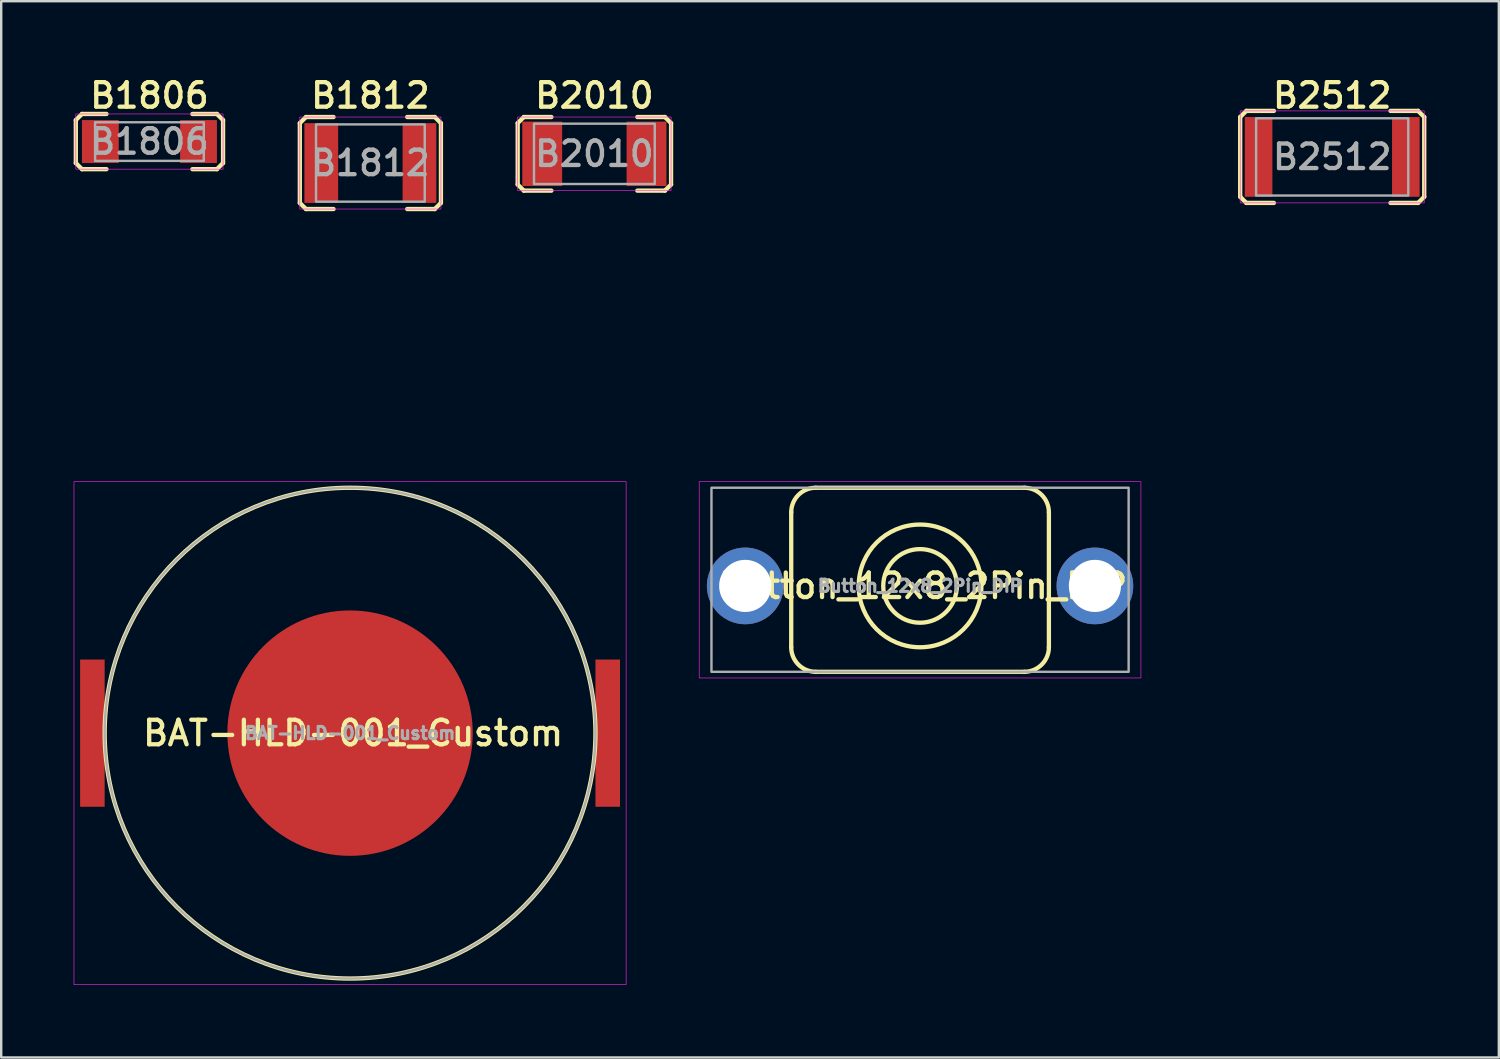
<source format=kicad_pcb>
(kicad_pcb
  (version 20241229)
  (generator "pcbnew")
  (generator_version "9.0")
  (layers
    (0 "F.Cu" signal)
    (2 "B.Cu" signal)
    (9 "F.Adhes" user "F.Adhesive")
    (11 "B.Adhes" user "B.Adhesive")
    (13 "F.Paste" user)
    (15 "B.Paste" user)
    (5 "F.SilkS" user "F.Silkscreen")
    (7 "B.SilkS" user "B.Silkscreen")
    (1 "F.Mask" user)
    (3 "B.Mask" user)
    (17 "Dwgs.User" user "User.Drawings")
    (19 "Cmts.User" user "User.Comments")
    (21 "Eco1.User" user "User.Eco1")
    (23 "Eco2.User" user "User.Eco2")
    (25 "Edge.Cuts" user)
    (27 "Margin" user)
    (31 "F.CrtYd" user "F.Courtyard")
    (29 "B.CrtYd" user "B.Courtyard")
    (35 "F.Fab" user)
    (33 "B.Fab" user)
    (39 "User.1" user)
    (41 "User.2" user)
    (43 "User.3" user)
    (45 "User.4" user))
  (footprint "B2010"
    (layer "F.Cu")
    (at 21.558 3.319)
    (property "Reference" "B2010" (at 0 -2.413 0) (unlocked yes) (layer "F.SilkS") (effects (font (size 1.016 1.016) (thickness 0.178))))
    (attr smd)
    (fp_line (start -3.175 -1.27) (end -2.921 -1.524) (stroke (width 0.178) (type solid)) (layer "F.SilkS"))
    (fp_line (start -3.175 1.27) (end -3.175 -1.27) (stroke (width 0.178) (type solid)) (layer "F.SilkS"))
    (fp_line (start -2.921 -1.524) (end -1.778 -1.524) (stroke (width 0.178) (type solid)) (layer "F.SilkS"))
    (fp_line (start -2.921 1.524) (end -3.175 1.27) (stroke (width 0.178) (type solid)) (layer "F.SilkS"))
    (fp_line (start -2.921 1.524) (end -1.778 1.524) (stroke (width 0.178) (type solid)) (layer "F.SilkS"))
    (fp_line (start 1.778 -1.524) (end 2.921 -1.524) (stroke (width 0.178) (type solid)) (layer "F.SilkS"))
    (fp_line (start 1.778 1.524) (end 2.921 1.524) (stroke (width 0.178) (type solid)) (layer "F.SilkS"))
    (fp_line (start 2.921 -1.524) (end 3.175 -1.27) (stroke (width 0.178) (type solid)) (layer "F.SilkS"))
    (fp_line (start 2.921 1.524) (end 3.175 1.27) (stroke (width 0.178) (type solid)) (layer "F.SilkS"))
    (fp_line (start 3.175 1.27) (end 3.175 -1.27) (stroke (width 0.178) (type solid)) (layer "F.SilkS"))
    (fp_rect (start -3.175 -1.524) (end 3.175 1.524) (stroke (width 0.025) (type solid)) (fill no) (layer "F.CrtYd"))
    (fp_rect (start -2.5 -1.25) (end 2.5 1.25) (stroke (width 0.1) (type solid)) (fill no) (layer "F.Fab"))
    (fp_text user "${REFERENCE}" (at 0 0 0) (unlocked yes) (layer "F.Fab") (effects (font (size 1.016 1.016) (thickness 0.178))))
    (fp_text user "Footprint: 2010 (5025 Metric)" (at 0 5.588 0) (unlocked yes) (layer "User.1") (effects (font (size 1.016 1.016) (thickness 0.178) (italic yes)) (justify left)))
    (fp_text user "Dimension: 5.0x2.5mm" (at 0 7.62 0) (unlocked yes) (layer "User.1") (effects (font (size 1.016 1.016) (thickness 0.178) (italic yes)) (justify left)))
    (fp_text user "Auth: Thanh Duong" (at 0 9.652 0) (unlocked yes) (layer "User.1") (effects (font (size 1.016 1.016) (thickness 0.178) (italic yes)) (justify left)))
    (pad "1" smd rect (at -2.159 0) (size 1.651 2.667) (layers "F.Cu" "F.Mask" "F.Paste"))
    (pad "2" smd rect (at 2.159 0) (size 1.651 2.667) (layers "F.Cu" "F.Mask" "F.Paste")))
  (footprint "BAT-HLD-001_Custom"
    (layer "F.Cu")
    (at 11.443 27.304)
    (property "Reference" "BAT-HLD-001_Custom" (at 0.127 0 0) (layer "F.SilkS") (effects (font (size 1.016 1.016) (thickness 0.178))))
    (attr smd)
    (fp_circle (center 0 0) (end 10.16 0) (stroke (width 0.178) (type solid)) (fill no) (layer "F.SilkS"))
    (fp_rect (start -11.43 -10.414) (end 11.43 10.414) (stroke (width 0.025) (type solid)) (fill no) (layer "F.CrtYd"))
    (fp_circle (center 0 0) (end 10.16 0) (stroke (width 0.1) (type solid)) (fill no) (layer "F.Fab"))
    (fp_text user "${REFERENCE}" (at 0 0 0) (layer "F.Fab") (effects (font (size 0.508 0.508) (thickness 0.127))))
    (pad "1" smd rect (at -10.668 0) (size 1.016 6.096) (layers "F.Cu" "F.Mask" "F.Paste"))
    (pad "1" smd rect (at 10.668 0) (size 1.016 6.096) (layers "F.Cu" "F.Mask" "F.Paste"))
    (pad "2" smd circle (at 0 0) (size 10.16 10.16) (layers "F.Cu" "F.Mask" "F.Paste")))
  (footprint "Button_12x8_2Pin_DIP"
    (layer "F.Cu")
    (at 35.042 21.208)
    (property "Reference" "Button_12x8_2Pin_DIP" (at 0.127 0 0) (layer "F.SilkS") (effects (font (size 1.016 1.016) (thickness 0.178))))
    (attr smd)
    (fp_line (start -5.334 2.54) (end -5.334 -3.048) (stroke (width 0.178) (type solid)) (layer "F.SilkS"))
    (fp_line (start -4.318 -4.064) (end 4.318 -4.064) (stroke (width 0.178) (type solid)) (layer "F.SilkS"))
    (fp_line (start 4.318 3.556) (end -4.318 3.556) (stroke (width 0.178) (type solid)) (layer "F.SilkS"))
    (fp_line (start 5.334 -3.048) (end 5.334 2.54) (stroke (width 0.178) (type solid)) (layer "F.SilkS"))
    (fp_arc (start -5.334001 -3.048001) (mid -5.036421 -3.766421) (end -4.318 -4.064) (stroke (width 0.1778) (type solid)) (layer "F.SilkS"))
    (fp_arc (start -4.318 3.556) (mid -5.03642 3.258421) (end -5.333999 2.540001) (stroke (width 0.1778) (type solid)) (layer "F.SilkS"))
    (fp_arc (start 4.318001 -4.064001) (mid 5.036421 -3.766421) (end 5.334 -3.048) (stroke (width 0.1778) (type solid)) (layer "F.SilkS"))
    (fp_arc (start 5.334 2.54) (mid 5.036421 3.25842) (end 4.318001 3.555999) (stroke (width 0.1778) (type solid)) (layer "F.SilkS"))
    (fp_circle (center 0 0) (end 1.524 0) (stroke (width 0.178) (type solid)) (fill no) (layer "F.SilkS"))
    (fp_circle (center 0 0) (end 2.54 0) (stroke (width 0.178) (type solid)) (fill no) (layer "F.SilkS"))
    (fp_rect (start -9.144 -4.318) (end 9.144 3.81) (stroke (width 0.025) (type solid)) (fill no) (layer "F.CrtYd"))
    (fp_rect (start -8.636 -4.064) (end 8.636 3.556) (stroke (width 0.1) (type solid)) (fill no) (layer "F.Fab"))
    (fp_text user "${REFERENCE}" (at 0 0 0) (layer "F.Fab") (effects (font (size 0.508 0.508) (thickness 0.127))))
    (pad "1" thru_hole circle (at -7.239 0) (size 3.175 3.175) (drill 2.159) (layers "*.Cu" "*.Mask"))
    (pad "2" thru_hole circle (at 7.239 0) (size 3.175 3.175) (drill 2.159) (layers "*.Cu" "*.Mask")))
  (footprint "B1812"
    (layer "F.Cu")
    (at 12.284 3.7)
    (property "Reference" "B1812" (at 0 -2.794 0) (unlocked yes) (layer "F.SilkS") (effects (font (size 1.016 1.016) (thickness 0.178))))
    (attr smd)
    (fp_line (start -2.921 -1.651) (end -2.667 -1.905) (stroke (width 0.178) (type solid)) (layer "F.SilkS"))
    (fp_line (start -2.921 1.651) (end -2.921 -1.651) (stroke (width 0.178) (type solid)) (layer "F.SilkS"))
    (fp_line (start -2.667 -1.905) (end -1.524 -1.905) (stroke (width 0.178) (type solid)) (layer "F.SilkS"))
    (fp_line (start -2.667 1.905) (end -2.921 1.651) (stroke (width 0.178) (type solid)) (layer "F.SilkS"))
    (fp_line (start -2.667 1.905) (end -1.524 1.905) (stroke (width 0.178) (type solid)) (layer "F.SilkS"))
    (fp_line (start 1.524 -1.905) (end 2.667 -1.905) (stroke (width 0.178) (type solid)) (layer "F.SilkS"))
    (fp_line (start 1.524 1.905) (end 2.667 1.905) (stroke (width 0.178) (type solid)) (layer "F.SilkS"))
    (fp_line (start 2.667 -1.905) (end 2.921 -1.651) (stroke (width 0.178) (type solid)) (layer "F.SilkS"))
    (fp_line (start 2.667 1.905) (end 2.921 1.651) (stroke (width 0.178) (type solid)) (layer "F.SilkS"))
    (fp_line (start 2.921 1.651) (end 2.921 -1.651) (stroke (width 0.178) (type solid)) (layer "F.SilkS"))
    (fp_rect (start -2.921 -1.905) (end 2.921 1.905) (stroke (width 0.025) (type solid)) (fill no) (layer "F.CrtYd"))
    (fp_rect (start -2.25 -1.6) (end 2.25 1.6) (stroke (width 0.1) (type solid)) (fill no) (layer "F.Fab"))
    (fp_text user "${REFERENCE}" (at 0 0 0) (unlocked yes) (layer "F.Fab") (effects (font (size 1.016 1.016) (thickness 0.178))))
    (pad "1" smd rect (at -2.032 0) (size 1.397 3.302) (layers "F.Cu" "F.Mask" "F.Paste"))
    (pad "2" smd rect (at 2.032 0) (size 1.397 3.302) (layers "F.Cu" "F.Mask" "F.Paste")))
  (footprint "B2512"
    (layer "F.Cu")
    (at 52.106 3.446)
    (property "Reference" "B2512" (at 0 -2.54 0) (unlocked yes) (layer "F.SilkS") (effects (font (size 1.016 1.016) (thickness 0.178))))
    (attr smd)
    (fp_line (start -3.81 -1.651) (end -3.556 -1.905) (stroke (width 0.178) (type solid)) (layer "F.SilkS"))
    (fp_line (start -3.81 1.651) (end -3.81 -1.651) (stroke (width 0.178) (type solid)) (layer "F.SilkS"))
    (fp_line (start -3.556 -1.905) (end -2.413 -1.905) (stroke (width 0.178) (type solid)) (layer "F.SilkS"))
    (fp_line (start -3.556 1.905) (end -2.413 1.905) (stroke (width 0.178) (type solid)) (layer "F.SilkS"))
    (fp_line (start -3.556 1.905) (end -3.81 1.651) (stroke (width 0.178) (type solid)) (layer "F.SilkS"))
    (fp_line (start 2.413 -1.905) (end 3.556 -1.905) (stroke (width 0.178) (type solid)) (layer "F.SilkS"))
    (fp_line (start 2.413 1.905) (end 3.556 1.905) (stroke (width 0.178) (type solid)) (layer "F.SilkS"))
    (fp_line (start 3.556 -1.905) (end 3.81 -1.651) (stroke (width 0.178) (type solid)) (layer "F.SilkS"))
    (fp_line (start 3.556 1.905) (end 3.81 1.651) (stroke (width 0.178) (type solid)) (layer "F.SilkS"))
    (fp_line (start 3.81 1.651) (end 3.81 -1.651) (stroke (width 0.178) (type solid)) (layer "F.SilkS"))
    (fp_rect (start -3.81 1.905) (end 3.81 -1.905) (stroke (width 0.025) (type solid)) (fill no) (layer "F.CrtYd"))
    (fp_rect (start -3.15 -1.6) (end 3.15 1.6) (stroke (width 0.1) (type solid)) (fill no) (layer "F.Fab"))
    (fp_text user "${REFERENCE}" (at 0 0 0) (unlocked yes) (layer "F.Fab") (effects (font (size 1.016 1.016) (thickness 0.178))))
    (pad "1" smd rect (at -3.048 0) (size 1.143 3.302) (layers "F.Cu" "F.Mask" "F.Paste"))
    (pad "2" smd rect (at 3.048 0) (size 1.143 3.302) (layers "F.Cu" "F.Mask" "F.Paste")))
  (footprint "B1806"
    (layer "F.Cu")
    (at 3.137 2.811)
    (property "Reference" "B1806" (at 0 -1.905 0) (unlocked yes) (layer "F.SilkS") (effects (font (size 1.016 1.016) (thickness 0.178))))
    (attr smd)
    (fp_line (start -3.048 -0.889) (end -2.794 -1.143) (stroke (width 0.178) (type solid)) (layer "F.SilkS"))
    (fp_line (start -3.048 0.889) (end -3.048 -0.889) (stroke (width 0.178) (type solid)) (layer "F.SilkS"))
    (fp_line (start -2.794 -1.143) (end -1.778 -1.143) (stroke (width 0.178) (type solid)) (layer "F.SilkS"))
    (fp_line (start -2.794 1.143) (end -3.048 0.889) (stroke (width 0.178) (type solid)) (layer "F.SilkS"))
    (fp_line (start -2.794 1.143) (end -1.778 1.143) (stroke (width 0.178) (type solid)) (layer "F.SilkS"))
    (fp_line (start 1.778 -1.143) (end 2.794 -1.143) (stroke (width 0.178) (type solid)) (layer "F.SilkS"))
    (fp_line (start 1.778 1.143) (end 2.794 1.143) (stroke (width 0.178) (type solid)) (layer "F.SilkS"))
    (fp_line (start 2.794 -1.143) (end 3.048 -0.889) (stroke (width 0.178) (type solid)) (layer "F.SilkS"))
    (fp_line (start 2.794 1.143) (end 3.048 0.889) (stroke (width 0.178) (type solid)) (layer "F.SilkS"))
    (fp_line (start 3.048 0.889) (end 3.048 -0.889) (stroke (width 0.178) (type solid)) (layer "F.SilkS"))
    (fp_rect (start -3.048 -1.143) (end 3.048 1.143) (stroke (width 0.025) (type solid)) (fill no) (layer "F.CrtYd"))
    (fp_rect (start -2.25 -0.8) (end 2.25 0.8) (stroke (width 0.1) (type solid)) (fill no) (layer "F.Fab"))
    (fp_text user "${REFERENCE}" (at 0 0 0) (unlocked yes) (layer "F.Fab") (effects (font (size 1.016 1.016) (thickness 0.178))))
    (pad "1" smd rect (at -2.032 0) (size 1.524 1.778) (layers "F.Cu" "F.Mask" "F.Paste"))
    (pad "2" smd rect (at 2.032 0) (size 1.524 1.778) (layers "F.Cu" "F.Mask" "F.Paste")))
  (gr_rect
    (start -3 -3)
    (end 59.005 40.731)
    (stroke (width 0.1) (type default))
    (fill no)
    (layer "Edge.Cuts")))
</source>
